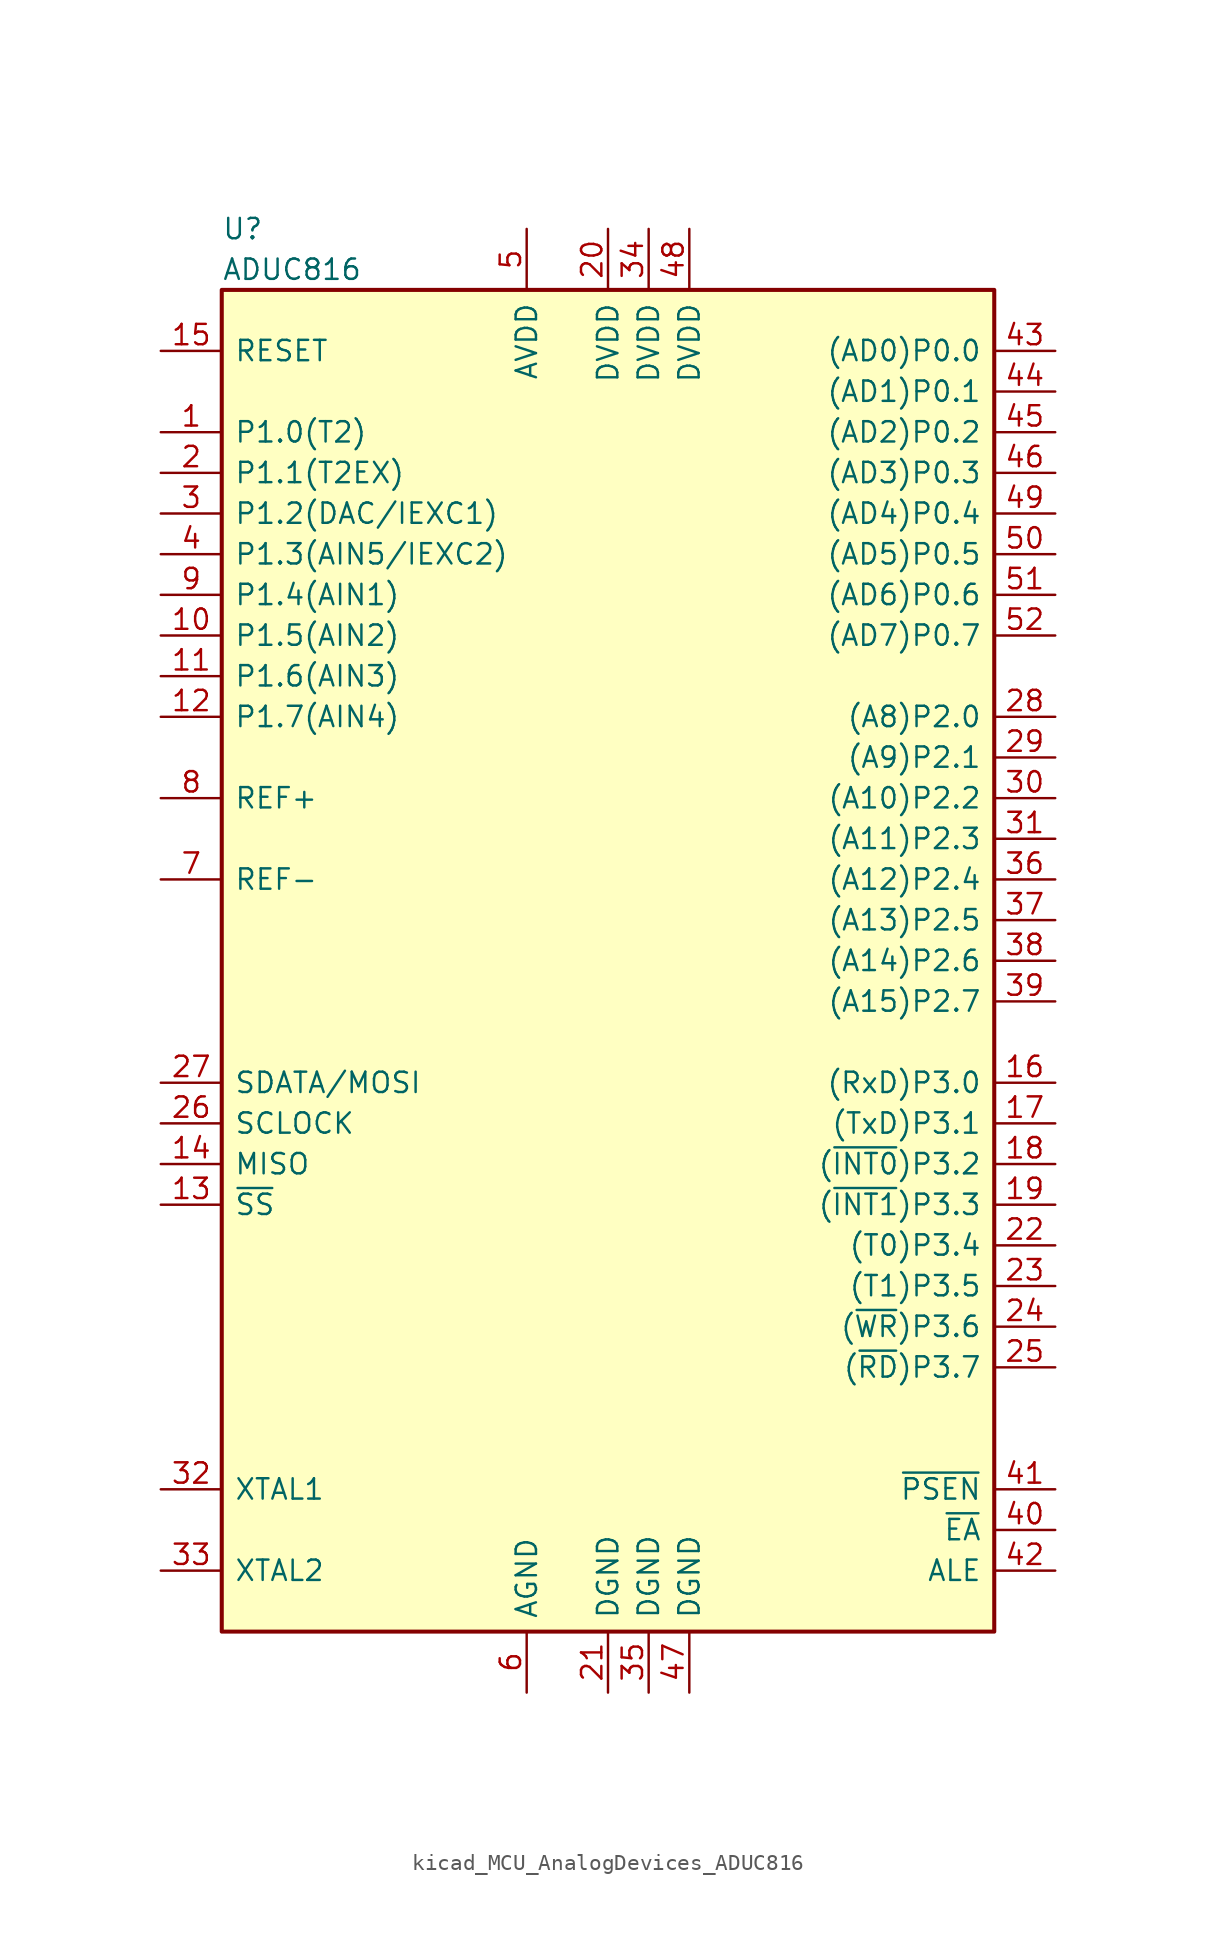
<source format=kicad_sym>
(kicad_symbol_lib
  (version 20220914)
  (generator kicad_symbol_editor)
  (symbol "kicad_MCU_AnalogDevices_ADUC816"
    (pin_names
      (offset 0.762))
    (property "Reference" "U"
      (at -24.13 45.72 0)
      (effects (font (size 1.27 1.27)) (justify left)))
    (property "Value" "ADUC816"
      (at -24.13 43.18 0)
      (effects (font (size 1.27 1.27)) (justify left)))
    (symbol "kicad_MCU_AnalogDevices_ADUC816_0_1"
      (rectangle (start 24.13 -41.91) (end -24.13 41.91) (stroke (width 0.254) (type default)) (fill (type background))))
    (symbol "kicad_MCU_AnalogDevices_ADUC816_1_1"
      (pin bidirectional line (at -27.94 33.02 0) (length 3.81) (name "P1.0(T2)" (effects (font (size 1.27 1.27)))) (number "1" (effects (font (size 1.27 1.27)))))
      (pin input line (at -27.94 20.32 0) (length 3.81) (name "P1.5(AIN2)" (effects (font (size 1.27 1.27)))) (number "10" (effects (font (size 1.27 1.27)))))
      (pin input line (at -27.94 17.78 0) (length 3.81) (name "P1.6(AIN3)" (effects (font (size 1.27 1.27)))) (number "11" (effects (font (size 1.27 1.27)))))
      (pin bidirectional line (at -27.94 15.24 0) (length 3.81) (name "P1.7(AIN4)" (effects (font (size 1.27 1.27)))) (number "12" (effects (font (size 1.27 1.27)))))
      (pin input line (at -27.94 -15.24 0) (length 3.81) (name "~{SS}" (effects (font (size 1.27 1.27)))) (number "13" (effects (font (size 1.27 1.27)))))
      (pin input line (at -27.94 -12.7 0) (length 3.81) (name "MISO" (effects (font (size 1.27 1.27)))) (number "14" (effects (font (size 1.27 1.27)))))
      (pin input line (at -27.94 38.1 0) (length 3.81) (name "RESET" (effects (font (size 1.27 1.27)))) (number "15" (effects (font (size 1.27 1.27)))))
      (pin bidirectional line (at 27.94 -7.62 180) (length 3.81) (name "(RxD)P3.0" (effects (font (size 1.27 1.27)))) (number "16" (effects (font (size 1.27 1.27)))))
      (pin bidirectional line (at 27.94 -10.16 180) (length 3.81) (name "(TxD)P3.1" (effects (font (size 1.27 1.27)))) (number "17" (effects (font (size 1.27 1.27)))))
      (pin bidirectional line (at 27.94 -12.7 180) (length 3.81) (name "(~{INT0})P3.2" (effects (font (size 1.27 1.27)))) (number "18" (effects (font (size 1.27 1.27)))))
      (pin bidirectional line (at 27.94 -15.24 180) (length 3.81) (name "(~{INT1})P3.3" (effects (font (size 1.27 1.27)))) (number "19" (effects (font (size 1.27 1.27)))))
      (pin bidirectional line (at -27.94 30.48 0) (length 3.81) (name "P1.1(T2EX)" (effects (font (size 1.27 1.27)))) (number "2" (effects (font (size 1.27 1.27)))))
      (pin power_in line (at 0 45.72 270) (length 3.81) (name "DVDD" (effects (font (size 1.27 1.27)))) (number "20" (effects (font (size 1.27 1.27)))))
      (pin power_in line (at 0 -45.72 90) (length 3.81) (name "DGND" (effects (font (size 1.27 1.27)))) (number "21" (effects (font (size 1.27 1.27)))))
      (pin bidirectional line (at 27.94 -17.78 180) (length 3.81) (name "(T0)P3.4" (effects (font (size 1.27 1.27)))) (number "22" (effects (font (size 1.27 1.27)))))
      (pin bidirectional line (at 27.94 -20.32 180) (length 3.81) (name "(T1)P3.5" (effects (font (size 1.27 1.27)))) (number "23" (effects (font (size 1.27 1.27)))))
      (pin bidirectional line (at 27.94 -22.86 180) (length 3.81) (name "(~{WR})P3.6" (effects (font (size 1.27 1.27)))) (number "24" (effects (font (size 1.27 1.27)))))
      (pin bidirectional line (at 27.94 -25.4 180) (length 3.81) (name "(~{RD})P3.7" (effects (font (size 1.27 1.27)))) (number "25" (effects (font (size 1.27 1.27)))))
      (pin bidirectional line (at -27.94 -10.16 0) (length 3.81) (name "SCLOCK" (effects (font (size 1.27 1.27)))) (number "26" (effects (font (size 1.27 1.27)))))
      (pin bidirectional line (at -27.94 -7.62 0) (length 3.81) (name "SDATA/MOSI" (effects (font (size 1.27 1.27)))) (number "27" (effects (font (size 1.27 1.27)))))
      (pin bidirectional line (at 27.94 15.24 180) (length 3.81) (name "(A8)P2.0" (effects (font (size 1.27 1.27)))) (number "28" (effects (font (size 1.27 1.27)))))
      (pin bidirectional line (at 27.94 12.7 180) (length 3.81) (name "(A9)P2.1" (effects (font (size 1.27 1.27)))) (number "29" (effects (font (size 1.27 1.27)))))
      (pin bidirectional line (at -27.94 27.94 0) (length 3.81) (name "P1.2(DAC/IEXC1)" (effects (font (size 1.27 1.27)))) (number "3" (effects (font (size 1.27 1.27)))))
      (pin bidirectional line (at 27.94 10.16 180) (length 3.81) (name "(A10)P2.2" (effects (font (size 1.27 1.27)))) (number "30" (effects (font (size 1.27 1.27)))))
      (pin bidirectional line (at 27.94 7.62 180) (length 3.81) (name "(A11)P2.3" (effects (font (size 1.27 1.27)))) (number "31" (effects (font (size 1.27 1.27)))))
      (pin input line (at -27.94 -33.02 0) (length 3.81) (name "XTAL1" (effects (font (size 1.27 1.27)))) (number "32" (effects (font (size 1.27 1.27)))))
      (pin output line (at -27.94 -38.1 0) (length 3.81) (name "XTAL2" (effects (font (size 1.27 1.27)))) (number "33" (effects (font (size 1.27 1.27)))))
      (pin power_in line (at 2.54 45.72 270) (length 3.81) (name "DVDD" (effects (font (size 1.27 1.27)))) (number "34" (effects (font (size 1.27 1.27)))))
      (pin power_in line (at 2.54 -45.72 90) (length 3.81) (name "DGND" (effects (font (size 1.27 1.27)))) (number "35" (effects (font (size 1.27 1.27)))))
      (pin bidirectional line (at 27.94 5.08 180) (length 3.81) (name "(A12)P2.4" (effects (font (size 1.27 1.27)))) (number "36" (effects (font (size 1.27 1.27)))))
      (pin bidirectional line (at 27.94 2.54 180) (length 3.81) (name "(A13)P2.5" (effects (font (size 1.27 1.27)))) (number "37" (effects (font (size 1.27 1.27)))))
      (pin bidirectional line (at 27.94 0 180) (length 3.81) (name "(A14)P2.6" (effects (font (size 1.27 1.27)))) (number "38" (effects (font (size 1.27 1.27)))))
      (pin bidirectional line (at 27.94 -2.54 180) (length 3.81) (name "(A15)P2.7" (effects (font (size 1.27 1.27)))) (number "39" (effects (font (size 1.27 1.27)))))
      (pin bidirectional line (at -27.94 25.4 0) (length 3.81) (name "P1.3(AIN5/IEXC2)" (effects (font (size 1.27 1.27)))) (number "4" (effects (font (size 1.27 1.27)))))
      (pin bidirectional line (at 27.94 -35.56 180) (length 3.81) (name "~{EA}" (effects (font (size 1.27 1.27)))) (number "40" (effects (font (size 1.27 1.27)))))
      (pin output line (at 27.94 -33.02 180) (length 3.81) (name "~{PSEN}" (effects (font (size 1.27 1.27)))) (number "41" (effects (font (size 1.27 1.27)))))
      (pin output line (at 27.94 -38.1 180) (length 3.81) (name "ALE" (effects (font (size 1.27 1.27)))) (number "42" (effects (font (size 1.27 1.27)))))
      (pin tri_state line (at 27.94 38.1 180) (length 3.81) (name "(AD0)P0.0" (effects (font (size 1.27 1.27)))) (number "43" (effects (font (size 1.27 1.27)))))
      (pin tri_state line (at 27.94 35.56 180) (length 3.81) (name "(AD1)P0.1" (effects (font (size 1.27 1.27)))) (number "44" (effects (font (size 1.27 1.27)))))
      (pin tri_state line (at 27.94 33.02 180) (length 3.81) (name "(AD2)P0.2" (effects (font (size 1.27 1.27)))) (number "45" (effects (font (size 1.27 1.27)))))
      (pin tri_state line (at 27.94 30.48 180) (length 3.81) (name "(AD3)P0.3" (effects (font (size 1.27 1.27)))) (number "46" (effects (font (size 1.27 1.27)))))
      (pin power_in line (at 5.08 -45.72 90) (length 3.81) (name "DGND" (effects (font (size 1.27 1.27)))) (number "47" (effects (font (size 1.27 1.27)))))
      (pin power_in line (at 5.08 45.72 270) (length 3.81) (name "DVDD" (effects (font (size 1.27 1.27)))) (number "48" (effects (font (size 1.27 1.27)))))
      (pin tri_state line (at 27.94 27.94 180) (length 3.81) (name "(AD4)P0.4" (effects (font (size 1.27 1.27)))) (number "49" (effects (font (size 1.27 1.27)))))
      (pin power_in line (at -5.08 45.72 270) (length 3.81) (name "AVDD" (effects (font (size 1.27 1.27)))) (number "5" (effects (font (size 1.27 1.27)))))
      (pin tri_state line (at 27.94 25.4 180) (length 3.81) (name "(AD5)P0.5" (effects (font (size 1.27 1.27)))) (number "50" (effects (font (size 1.27 1.27)))))
      (pin tri_state line (at 27.94 22.86 180) (length 3.81) (name "(AD6)P0.6" (effects (font (size 1.27 1.27)))) (number "51" (effects (font (size 1.27 1.27)))))
      (pin tri_state line (at 27.94 20.32 180) (length 3.81) (name "(AD7)P0.7" (effects (font (size 1.27 1.27)))) (number "52" (effects (font (size 1.27 1.27)))))
      (pin power_in line (at -5.08 -45.72 90) (length 3.81) (name "AGND" (effects (font (size 1.27 1.27)))) (number "6" (effects (font (size 1.27 1.27)))))
      (pin passive line (at -27.94 5.08 0) (length 3.81) (name "REF-" (effects (font (size 1.27 1.27)))) (number "7" (effects (font (size 1.27 1.27)))))
      (pin passive line (at -27.94 10.16 0) (length 3.81) (name "REF+" (effects (font (size 1.27 1.27)))) (number "8" (effects (font (size 1.27 1.27)))))
      (pin input line (at -27.94 22.86 0) (length 3.81) (name "P1.4(AIN1)" (effects (font (size 1.27 1.27)))) (number "9" (effects (font (size 1.27 1.27))))))))
</source>
